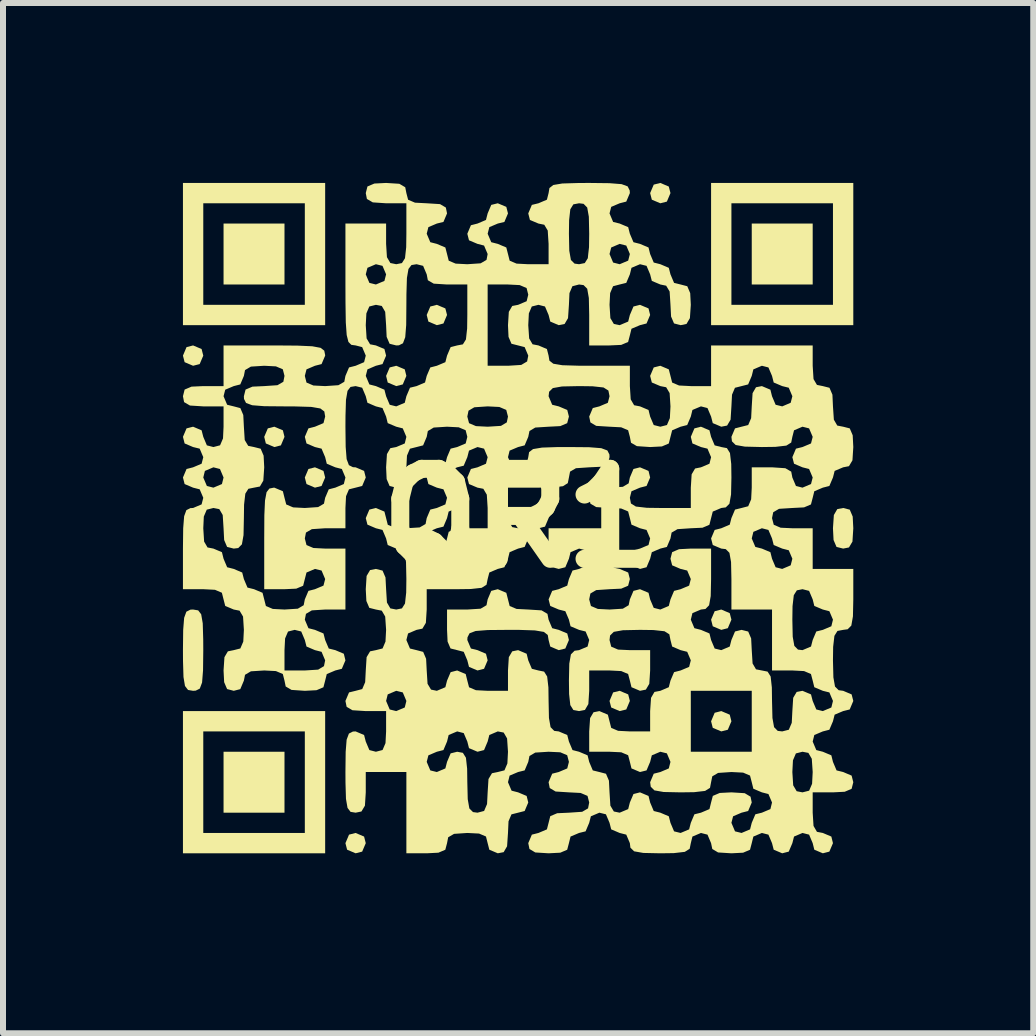
<source format=kicad_pcb>
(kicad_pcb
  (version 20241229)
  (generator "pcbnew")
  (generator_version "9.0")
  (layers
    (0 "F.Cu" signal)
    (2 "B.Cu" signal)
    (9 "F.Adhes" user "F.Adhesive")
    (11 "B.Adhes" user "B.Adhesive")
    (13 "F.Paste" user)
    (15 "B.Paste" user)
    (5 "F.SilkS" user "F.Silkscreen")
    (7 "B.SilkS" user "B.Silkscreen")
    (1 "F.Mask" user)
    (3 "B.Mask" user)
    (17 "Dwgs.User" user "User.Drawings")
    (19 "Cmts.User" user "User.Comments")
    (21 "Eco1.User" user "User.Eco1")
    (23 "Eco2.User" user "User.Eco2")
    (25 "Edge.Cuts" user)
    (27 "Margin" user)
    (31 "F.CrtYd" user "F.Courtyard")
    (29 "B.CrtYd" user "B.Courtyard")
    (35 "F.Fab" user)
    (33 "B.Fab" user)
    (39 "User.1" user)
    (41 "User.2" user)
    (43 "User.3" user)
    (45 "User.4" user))
  (footprint "QR1"
    (layer "F.Cu")
    (at 5.588 5.588)
    (property "Reference" "QR1" (at 0 0 0) (layer "F.SilkS") (effects (font (size 1.5 1.5) (thickness 0.3))))
    (attr board_only exclude_from_pos_files exclude_from_bom)
    (fp_poly (pts (xy -5.277 -2.819) (xy -5.249 -2.709) (xy -5.309 -2.568) (xy -5.419 -2.54) (xy -5.56 -2.6) (xy -5.588 -2.709) (xy -5.528 -2.851) (xy -5.419 -2.879)) (stroke (width 0) (type solid)) (fill yes) (layer "F.SilkS"))
    (fp_poly (pts (xy -3.922 -1.464) (xy -3.895 -1.355) (xy -3.955 -1.213) (xy -4.064 -1.185) (xy -4.206 -1.245) (xy -4.233 -1.355) (xy -4.173 -1.496) (xy -4.064 -1.524)) (stroke (width 0) (type solid)) (fill yes) (layer "F.SilkS"))
    (fp_poly (pts (xy -3.895 -4.403) (xy -3.895 -3.895) (xy -4.403 -3.895) (xy -4.911 -3.895) (xy -4.911 -4.403) (xy -4.911 -4.911) (xy -4.403 -4.911) (xy -3.895 -4.911)) (stroke (width 0) (type solid)) (fill yes) (layer "F.SilkS"))
    (fp_poly (pts (xy -3.895 4.403) (xy -3.895 4.911) (xy -4.403 4.911) (xy -4.911 4.911) (xy -4.911 4.403) (xy -4.911 3.895) (xy -4.403 3.895) (xy -3.895 3.895)) (stroke (width 0) (type solid)) (fill yes) (layer "F.SilkS"))
    (fp_poly (pts (xy -3.245 -0.787) (xy -3.217 -0.677) (xy -3.277 -0.536) (xy -3.387 -0.508) (xy -3.528 -0.568) (xy -3.556 -0.677) (xy -3.496 -0.819) (xy -3.387 -0.847)) (stroke (width 0) (type solid)) (fill yes) (layer "F.SilkS"))
    (fp_poly (pts (xy -2.568 5.309) (xy -2.54 5.419) (xy -2.6 5.56) (xy -2.709 5.588) (xy -2.851 5.528) (xy -2.879 5.419) (xy -2.819 5.277) (xy -2.709 5.249)) (stroke (width 0) (type solid)) (fill yes) (layer "F.SilkS"))
    (fp_poly (pts (xy -1.89 -2.48) (xy -1.863 -2.371) (xy -1.923 -2.229) (xy -2.032 -2.201) (xy -2.174 -2.261) (xy -2.201 -2.371) (xy -2.141 -2.512) (xy -2.032 -2.54)) (stroke (width 0) (type solid)) (fill yes) (layer "F.SilkS"))
    (fp_poly (pts (xy -1.213 -3.496) (xy -1.185 -3.387) (xy -1.245 -3.245) (xy -1.355 -3.217) (xy -1.496 -3.277) (xy -1.524 -3.387) (xy -1.464 -3.528) (xy -1.355 -3.556)) (stroke (width 0) (type solid)) (fill yes) (layer "F.SilkS"))
    (fp_poly (pts (xy 0.48 -0.109) (xy 0.508 0) (xy 0.448 0.142) (xy 0.339 0.169) (xy 0.197 0.109) (xy 0.169 0) (xy 0.229 -0.142) (xy 0.339 -0.169)) (stroke (width 0) (type solid)) (fill yes) (layer "F.SilkS"))
    (fp_poly (pts (xy 1.835 2.939) (xy 1.863 3.048) (xy 1.803 3.19) (xy 1.693 3.217) (xy 1.552 3.157) (xy 1.524 3.048) (xy 1.584 2.906) (xy 1.693 2.879)) (stroke (width 0) (type solid)) (fill yes) (layer "F.SilkS"))
    (fp_poly (pts (xy 2.512 -5.528) (xy 2.54 -5.419) (xy 2.48 -5.277) (xy 2.371 -5.249) (xy 2.229 -5.309) (xy 2.201 -5.419) (xy 2.261 -5.56) (xy 2.371 -5.588)) (stroke (width 0) (type solid)) (fill yes) (layer "F.SilkS"))
    (fp_poly (pts (xy 3.528 1.584) (xy 3.556 1.693) (xy 3.496 1.835) (xy 3.387 1.863) (xy 3.245 1.803) (xy 3.217 1.693) (xy 3.277 1.552) (xy 3.387 1.524)) (stroke (width 0) (type solid)) (fill yes) (layer "F.SilkS"))
    (fp_poly (pts (xy 3.528 3.277) (xy 3.556 3.387) (xy 3.496 3.528) (xy 3.387 3.556) (xy 3.245 3.496) (xy 3.217 3.387) (xy 3.277 3.245) (xy 3.387 3.217)) (stroke (width 0) (type solid)) (fill yes) (layer "F.SilkS"))
    (fp_poly (pts (xy 4.911 -4.403) (xy 4.911 -3.895) (xy 4.403 -3.895) (xy 3.895 -3.895) (xy 3.895 -4.403) (xy 3.895 -4.911) (xy 4.403 -4.911) (xy 4.911 -4.911)) (stroke (width 0) (type solid)) (fill yes) (layer "F.SilkS"))
    (fp_poly (pts (xy 5.529 -0.141) (xy 5.578 -0.026) (xy 5.588 0.169) (xy 5.574 0.391) (xy 5.516 0.489) (xy 5.419 0.508) (xy 5.308 0.48) (xy 5.259 0.365) (xy 5.249 0.169) (xy 5.264 -0.052) (xy 5.321 -0.15) (xy 5.419 -0.169)) (stroke (width 0) (type solid)) (fill yes) (layer "F.SilkS"))
    (fp_poly (pts (xy -3.217 -4.403) (xy -3.217 -3.217) (xy -4.403 -3.217) (xy -5.588 -3.217) (xy -5.588 -4.403) (xy -5.588 -5.249) (xy -5.249 -5.249) (xy -5.249 -4.403) (xy -5.249 -3.556) (xy -4.403 -3.556) (xy -3.556 -3.556) (xy -3.556 -4.403) (xy -3.556 -5.249) (xy -4.403 -5.249) (xy -5.249 -5.249) (xy -5.588 -5.249) (xy -5.588 -5.588) (xy -4.403 -5.588) (xy -3.217 -5.588)) (stroke (width 0) (type solid)) (fill yes) (layer "F.SilkS"))
    (fp_poly (pts (xy -3.217 4.403) (xy -3.217 5.588) (xy -4.403 5.588) (xy -5.588 5.588) (xy -5.588 4.403) (xy -5.588 3.556) (xy -5.249 3.556) (xy -5.249 4.403) (xy -5.249 5.249) (xy -4.403 5.249) (xy -3.556 5.249) (xy -3.556 4.403) (xy -3.556 3.556) (xy -4.403 3.556) (xy -5.249 3.556) (xy -5.588 3.556) (xy -5.588 3.217) (xy -4.403 3.217) (xy -3.217 3.217)) (stroke (width 0) (type solid)) (fill yes) (layer "F.SilkS"))
    (fp_poly (pts (xy 5.588 -4.403) (xy 5.588 -3.217) (xy 4.403 -3.217) (xy 3.217 -3.217) (xy 3.217 -4.403) (xy 3.217 -5.249) (xy 3.556 -5.249) (xy 3.556 -4.403) (xy 3.556 -3.556) (xy 4.403 -3.556) (xy 5.249 -3.556) (xy 5.249 -4.403) (xy 5.249 -5.249) (xy 4.403 -5.249) (xy 3.556 -5.249) (xy 3.217 -5.249) (xy 3.217 -5.588) (xy 4.403 -5.588) (xy 5.588 -5.588)) (stroke (width 0) (type solid)) (fill yes) (layer "F.SilkS"))
    (fp_poly (pts (xy -5.334 1.538) (xy -5.284 1.603) (xy -5.258 1.753) (xy -5.25 2.023) (xy -5.249 2.201) (xy -5.253 2.539) (xy -5.269 2.741) (xy -5.307 2.842) (xy -5.374 2.876) (xy -5.419 2.879) (xy -5.503 2.865) (xy -5.554 2.799) (xy -5.579 2.649) (xy -5.587 2.38) (xy -5.588 2.201) (xy -5.584 1.864) (xy -5.568 1.662) (xy -5.531 1.56) (xy -5.463 1.526) (xy -5.419 1.524)) (stroke (width 0) (type solid)) (fill yes) (layer "F.SilkS"))
    (fp_poly (pts (xy -0.197 1.245) (xy -0.169 1.355) (xy -0.141 1.465) (xy -0.026 1.514) (xy 0.169 1.524) (xy 0.391 1.538) (xy 0.489 1.596) (xy 0.508 1.693) (xy 0.568 1.835) (xy 0.677 1.863) (xy 0.819 1.923) (xy 0.847 2.032) (xy 0.787 2.174) (xy 0.677 2.201) (xy 0.536 2.141) (xy 0.508 2.032) (xy 0.494 1.948) (xy 0.429 1.897) (xy 0.279 1.872) (xy 0.009 1.863) (xy -0.169 1.863) (xy -0.507 1.866) (xy -0.709 1.882) (xy -0.81 1.92) (xy -0.844 1.987) (xy -0.847 2.032) (xy -0.787 2.174) (xy -0.677 2.201) (xy -0.536 2.261) (xy -0.508 2.371) (xy -0.568 2.512) (xy -0.677 2.54) (xy -0.819 2.48) (xy -0.847 2.371) (xy -0.907 2.229) (xy -1.016 2.201) (xy -1.127 2.173) (xy -1.176 2.058) (xy -1.185 1.863) (xy -1.185 1.524) (xy -0.847 1.524) (xy -0.625 1.51) (xy -0.527 1.452) (xy -0.508 1.355) (xy -0.448 1.213) (xy -0.339 1.185)) (stroke (width 0) (type solid)) (fill yes) (layer "F.SilkS"))
    (fp_poly (pts (xy 3.19 -1.464) (xy 3.217 -1.355) (xy 3.277 -1.213) (xy 3.387 -1.185) (xy 3.481 -1.167) (xy 3.532 -1.085) (xy 3.553 -0.902) (xy 3.556 -0.677) (xy 3.55 -0.394) (xy 3.523 -0.24) (xy 3.462 -0.179) (xy 3.387 -0.169) (xy 3.245 -0.109) (xy 3.217 0) (xy 3.189 0.111) (xy 3.074 0.16) (xy 2.879 0.169) (xy 2.657 0.184) (xy 2.559 0.241) (xy 2.54 0.339) (xy 2.48 0.48) (xy 2.371 0.508) (xy 2.229 0.568) (xy 2.201 0.677) (xy 2.141 0.819) (xy 2.032 0.847) (xy 1.89 0.787) (xy 1.863 0.677) (xy 1.923 0.536) (xy 2.032 0.508) (xy 2.174 0.448) (xy 2.201 0.339) (xy 2.141 0.197) (xy 2.032 0.169) (xy 1.89 0.109) (xy 1.863 0) (xy 1.834 -0.111) (xy 1.719 -0.16) (xy 1.524 -0.169) (xy 1.302 -0.184) (xy 1.205 -0.241) (xy 1.185 -0.339) (xy 1.214 -0.449) (xy 1.329 -0.498) (xy 1.524 -0.508) (xy 1.746 -0.522) (xy 1.843 -0.58) (xy 1.863 -0.677) (xy 1.923 -0.819) (xy 2.032 -0.847) (xy 2.174 -0.787) (xy 2.201 -0.677) (xy 2.141 -0.536) (xy 2.032 -0.508) (xy 1.89 -0.448) (xy 1.863 -0.339) (xy 1.881 -0.244) (xy 1.963 -0.193) (xy 2.146 -0.172) (xy 2.371 -0.169) (xy 2.879 -0.169) (xy 2.879 -0.508) (xy 2.893 -0.73) (xy 2.95 -0.827) (xy 3.048 -0.847) (xy 3.19 -0.907) (xy 3.217 -1.016) (xy 3.157 -1.158) (xy 3.048 -1.185) (xy 2.906 -1.245) (xy 2.879 -1.355) (xy 2.939 -1.496) (xy 3.048 -1.524)) (stroke (width 0) (type solid)) (fill yes) (layer "F.SilkS"))
    (fp_poly (pts (xy 1.523 -5.584) (xy 1.725 -5.568) (xy 1.826 -5.531) (xy 1.86 -5.463) (xy 1.863 -5.419) (xy 1.803 -5.277) (xy 1.693 -5.249) (xy 1.552 -5.189) (xy 1.524 -5.08) (xy 1.584 -4.938) (xy 1.693 -4.911) (xy 1.835 -4.851) (xy 1.863 -4.741) (xy 1.923 -4.6) (xy 2.032 -4.572) (xy 2.174 -4.512) (xy 2.201 -4.403) (xy 2.261 -4.261) (xy 2.371 -4.233) (xy 2.512 -4.173) (xy 2.54 -4.064) (xy 2.6 -3.922) (xy 2.709 -3.895) (xy 2.82 -3.866) (xy 2.869 -3.751) (xy 2.879 -3.556) (xy 2.864 -3.334) (xy 2.807 -3.237) (xy 2.709 -3.217) (xy 2.599 -3.246) (xy 2.55 -3.361) (xy 2.54 -3.556) (xy 2.526 -3.778) (xy 2.468 -3.875) (xy 2.371 -3.895) (xy 2.229 -3.955) (xy 2.201 -4.064) (xy 2.141 -4.206) (xy 2.032 -4.233) (xy 1.89 -4.173) (xy 1.863 -4.064) (xy 1.803 -3.922) (xy 1.693 -3.895) (xy 1.583 -3.866) (xy 1.534 -3.751) (xy 1.524 -3.556) (xy 1.538 -3.334) (xy 1.596 -3.237) (xy 1.693 -3.217) (xy 1.835 -3.277) (xy 1.863 -3.387) (xy 1.923 -3.528) (xy 2.032 -3.556) (xy 2.174 -3.496) (xy 2.201 -3.387) (xy 2.141 -3.245) (xy 2.032 -3.217) (xy 1.89 -3.157) (xy 1.863 -3.048) (xy 1.834 -2.937) (xy 1.719 -2.888) (xy 1.524 -2.879) (xy 1.185 -2.879) (xy 1.185 -3.387) (xy 1.179 -3.67) (xy 1.152 -3.824) (xy 1.091 -3.885) (xy 1.016 -3.895) (xy 0.905 -3.866) (xy 0.856 -3.751) (xy 0.847 -3.556) (xy 0.832 -3.334) (xy 0.775 -3.237) (xy 0.677 -3.217) (xy 0.536 -3.277) (xy 0.508 -3.387) (xy 0.448 -3.528) (xy 0.339 -3.556) (xy 0.228 -3.528) (xy 0.179 -3.413) (xy 0.169 -3.217) (xy 0.184 -2.996) (xy 0.241 -2.898) (xy 0.339 -2.879) (xy 0.48 -2.819) (xy 0.508 -2.709) (xy 0.522 -2.625) (xy 0.587 -2.574) (xy 0.737 -2.549) (xy 1.007 -2.541) (xy 1.185 -2.54) (xy 1.863 -2.54) (xy 1.863 -2.201) (xy 1.877 -1.98) (xy 1.934 -1.882) (xy 2.032 -1.863) (xy 2.174 -1.803) (xy 2.201 -1.693) (xy 2.261 -1.552) (xy 2.371 -1.524) (xy 2.481 -1.552) (xy 2.53 -1.667) (xy 2.54 -1.863) (xy 2.526 -2.084) (xy 2.468 -2.182) (xy 2.371 -2.201) (xy 2.229 -2.261) (xy 2.201 -2.371) (xy 2.261 -2.512) (xy 2.371 -2.54) (xy 2.512 -2.48) (xy 2.54 -2.371) (xy 2.568 -2.26) (xy 2.683 -2.211) (xy 2.879 -2.201) (xy 3.217 -2.201) (xy 3.217 -2.54) (xy 3.217 -2.879) (xy 4.064 -2.879) (xy 4.911 -2.879) (xy 4.911 -2.54) (xy 4.925 -2.318) (xy 4.982 -2.221) (xy 5.08 -2.201) (xy 5.191 -2.173) (xy 5.24 -2.058) (xy 5.249 -1.863) (xy 5.264 -1.641) (xy 5.321 -1.543) (xy 5.419 -1.524) (xy 5.529 -1.496) (xy 5.578 -1.381) (xy 5.588 -1.185) (xy 5.574 -0.964) (xy 5.516 -0.866) (xy 5.419 -0.847) (xy 5.277 -0.787) (xy 5.249 -0.677) (xy 5.189 -0.536) (xy 5.08 -0.508) (xy 4.938 -0.448) (xy 4.911 -0.339) (xy 4.882 -0.228) (xy 4.767 -0.179) (xy 4.572 -0.169) (xy 4.35 -0.155) (xy 4.253 -0.098) (xy 4.233 0) (xy 4.262 0.111) (xy 4.377 0.16) (xy 4.572 0.169) (xy 4.911 0.169) (xy 4.911 0.508) (xy 4.911 0.847) (xy 5.249 0.847) (xy 5.588 0.847) (xy 5.588 1.355) (xy 5.582 1.638) (xy 5.555 1.792) (xy 5.494 1.853) (xy 5.419 1.863) (xy 5.324 1.881) (xy 5.273 1.963) (xy 5.252 2.146) (xy 5.249 2.371) (xy 5.256 2.654) (xy 5.283 2.808) (xy 5.344 2.869) (xy 5.419 2.879) (xy 5.56 2.939) (xy 5.588 3.048) (xy 5.528 3.19) (xy 5.419 3.217) (xy 5.277 3.277) (xy 5.249 3.387) (xy 5.189 3.528) (xy 5.08 3.556) (xy 4.938 3.616) (xy 4.911 3.725) (xy 4.971 3.867) (xy 5.08 3.895) (xy 5.222 3.955) (xy 5.249 4.064) (xy 5.309 4.206) (xy 5.419 4.233) (xy 5.56 4.293) (xy 5.588 4.403) (xy 5.56 4.513) (xy 5.445 4.562) (xy 5.249 4.572) (xy 4.911 4.572) (xy 4.911 4.911) (xy 4.925 5.132) (xy 4.982 5.23) (xy 5.08 5.249) (xy 5.222 5.309) (xy 5.249 5.419) (xy 5.189 5.56) (xy 5.08 5.588) (xy 4.938 5.528) (xy 4.911 5.419) (xy 4.851 5.277) (xy 4.741 5.249) (xy 4.6 5.309) (xy 4.572 5.419) (xy 4.512 5.56) (xy 4.403 5.588) (xy 4.261 5.528) (xy 4.233 5.419) (xy 4.173 5.277) (xy 4.064 5.249) (xy 3.922 5.309) (xy 3.895 5.419) (xy 3.866 5.529) (xy 3.751 5.578) (xy 3.556 5.588) (xy 3.334 5.574) (xy 3.237 5.516) (xy 3.217 5.419) (xy 3.157 5.277) (xy 3.048 5.249) (xy 2.906 5.309) (xy 2.879 5.419) (xy 2.86 5.513) (xy 2.779 5.564) (xy 2.596 5.585) (xy 2.371 5.588) (xy 2.087 5.582) (xy 1.934 5.555) (xy 1.872 5.494) (xy 1.863 5.419) (xy 1.803 5.277) (xy 1.693 5.249) (xy 1.552 5.189) (xy 1.524 5.08) (xy 1.464 4.938) (xy 1.355 4.911) (xy 1.213 4.971) (xy 1.185 5.08) (xy 1.125 5.222) (xy 1.016 5.249) (xy 0.874 5.309) (xy 0.847 5.419) (xy 0.818 5.529) (xy 0.703 5.578) (xy 0.508 5.588) (xy 0.286 5.574) (xy 0.189 5.516) (xy 0.169 5.419) (xy 0.229 5.277) (xy 0.339 5.249) (xy 0.48 5.189) (xy 0.508 5.08) (xy 0.536 4.969) (xy 0.651 4.92) (xy 0.847 4.911) (xy 1.068 4.896) (xy 1.166 4.839) (xy 1.185 4.741) (xy 1.157 4.631) (xy 1.042 4.582) (xy 0.847 4.572) (xy 0.625 4.558) (xy 0.527 4.5) (xy 0.508 4.403) (xy 0.568 4.261) (xy 0.677 4.233) (xy 0.819 4.173) (xy 0.847 4.064) (xy 0.818 3.953) (xy 0.703 3.904) (xy 0.508 3.895) (xy 0.286 3.909) (xy 0.189 3.966) (xy 0.169 4.064) (xy 0.109 4.206) (xy 0 4.233) (xy -0.142 4.293) (xy -0.169 4.403) (xy -0.109 4.544) (xy 0 4.572) (xy 0.142 4.632) (xy 0.169 4.741) (xy 0.109 4.883) (xy 0 4.911) (xy -0.111 4.939) (xy -0.16 5.054) (xy -0.169 5.249) (xy -0.184 5.471) (xy -0.241 5.569) (xy -0.339 5.588) (xy -0.48 5.528) (xy -0.508 5.419) (xy -0.536 5.308) (xy -0.651 5.259) (xy -0.847 5.249) (xy -1.068 5.264) (xy -1.166 5.321) (xy -1.185 5.419) (xy -1.214 5.529) (xy -1.329 5.578) (xy -1.524 5.588) (xy -1.863 5.588) (xy -1.863 4.911) (xy -1.863 4.233) (xy -2.201 4.233) (xy -2.54 4.233) (xy -2.54 4.572) (xy -2.554 4.794) (xy -2.612 4.891) (xy -2.709 4.911) (xy -2.794 4.897) (xy -2.844 4.831) (xy -2.87 4.681) (xy -2.878 4.412) (xy -2.879 4.233) (xy -2.877 4.064) (xy -1.524 4.064) (xy -1.464 4.206) (xy -1.355 4.233) (xy -1.213 4.173) (xy -1.185 4.064) (xy -1.125 3.922) (xy -1.016 3.895) (xy -0.921 3.913) (xy -0.87 3.995) (xy -0.85 4.178) (xy -0.847 4.403) (xy -0.84 4.686) (xy -0.813 4.84) (xy -0.752 4.901) (xy -0.677 4.911) (xy -0.567 4.882) (xy -0.518 4.767) (xy -0.508 4.572) (xy -0.494 4.35) (xy -0.436 4.253) (xy -0.339 4.233) (xy -0.228 4.205) (xy -0.179 4.09) (xy -0.169 3.895) (xy -0.184 3.673) (xy -0.241 3.575) (xy -0.339 3.556) (xy -0.48 3.616) (xy -0.508 3.725) (xy -0.568 3.867) (xy -0.677 3.895) (xy -0.819 3.835) (xy -0.847 3.725) (xy -0.907 3.584) (xy -1.016 3.556) (xy -1.158 3.616) (xy -1.185 3.725) (xy -1.245 3.867) (xy -1.355 3.895) (xy -1.496 3.955) (xy -1.524 4.064) (xy -2.877 4.064) (xy -2.875 3.896) (xy -2.859 3.694) (xy -2.821 3.592) (xy -2.754 3.558) (xy -2.709 3.556) (xy -2.568 3.616) (xy -2.54 3.725) (xy -2.48 3.867) (xy -2.371 3.895) (xy -2.26 3.866) (xy -2.211 3.751) (xy -2.201 3.556) (xy -2.201 3.217) (xy -2.54 3.217) (xy -2.762 3.203) (xy -2.859 3.146) (xy -2.879 3.048) (xy -2.201 3.048) (xy -2.141 3.19) (xy -2.032 3.217) (xy -1.89 3.157) (xy -1.863 3.048) (xy -1.923 2.906) (xy -2.032 2.879) (xy -2.174 2.939) (xy -2.201 3.048) (xy -2.879 3.048) (xy -2.819 2.906) (xy -2.709 2.879) (xy -2.599 2.85) (xy -2.55 2.735) (xy -2.54 2.54) (xy -2.526 2.318) (xy -2.468 2.221) (xy -2.371 2.201) (xy -2.26 2.173) (xy -2.211 2.058) (xy -2.21 2.032) (xy -1.863 2.032) (xy -1.803 2.174) (xy -1.693 2.201) (xy -1.583 2.23) (xy -1.534 2.345) (xy -1.524 2.54) (xy -1.51 2.762) (xy -1.452 2.859) (xy -1.355 2.879) (xy -1.213 2.819) (xy -1.185 2.709) (xy -1.125 2.568) (xy -1.016 2.54) (xy -0.874 2.6) (xy -0.847 2.709) (xy -0.818 2.82) (xy -0.703 2.869) (xy -0.508 2.879) (xy -0.169 2.879) (xy -0.169 2.54) (xy -0.155 2.318) (xy -0.098 2.221) (xy 0 2.201) (xy 0.142 2.261) (xy 0.169 2.371) (xy 0.229 2.512) (xy 0.339 2.54) (xy 0.433 2.559) (xy 0.484 2.64) (xy 0.505 2.823) (xy 0.508 3.048) (xy 0.514 3.332) (xy 0.541 3.485) (xy 0.602 3.547) (xy 0.677 3.556) (xy 0.819 3.616) (xy 0.847 3.725) (xy 0.907 3.867) (xy 1.016 3.895) (xy 1.158 3.955) (xy 1.185 4.064) (xy 1.245 4.206) (xy 1.355 4.233) (xy 1.465 4.262) (xy 1.514 4.377) (xy 1.524 4.572) (xy 1.538 4.794) (xy 1.596 4.891) (xy 1.693 4.911) (xy 1.835 4.851) (xy 1.863 4.741) (xy 1.923 4.6) (xy 2.032 4.572) (xy 2.174 4.632) (xy 2.201 4.741) (xy 2.261 4.883) (xy 2.371 4.911) (xy 2.512 4.971) (xy 2.54 5.08) (xy 2.6 5.222) (xy 2.709 5.249) (xy 2.851 5.189) (xy 2.879 5.08) (xy 2.939 4.938) (xy 3.048 4.911) (xy 3.19 4.851) (xy 3.217 4.741) (xy 3.246 4.631) (xy 3.361 4.582) (xy 3.556 4.572) (xy 3.778 4.586) (xy 3.875 4.644) (xy 3.895 4.741) (xy 3.835 4.883) (xy 3.725 4.911) (xy 3.584 4.971) (xy 3.556 5.08) (xy 3.616 5.222) (xy 3.725 5.249) (xy 3.867 5.189) (xy 3.895 5.08) (xy 3.955 4.938) (xy 4.064 4.911) (xy 4.206 4.851) (xy 4.233 4.741) (xy 4.173 4.6) (xy 4.064 4.572) (xy 3.922 4.512) (xy 3.895 4.403) (xy 3.866 4.292) (xy 3.751 4.243) (xy 3.556 4.233) (xy 4.572 4.233) (xy 4.586 4.455) (xy 4.644 4.553) (xy 4.741 4.572) (xy 4.852 4.544) (xy 4.901 4.429) (xy 4.911 4.233) (xy 4.896 4.012) (xy 4.839 3.914) (xy 4.741 3.895) (xy 4.631 3.923) (xy 4.582 4.038) (xy 4.572 4.233) (xy 3.556 4.233) (xy 3.334 4.248) (xy 3.237 4.305) (xy 3.217 4.403) (xy 3.199 4.497) (xy 3.117 4.548) (xy 2.934 4.569) (xy 2.709 4.572) (xy 2.426 4.566) (xy 2.272 4.539) (xy 2.211 4.478) (xy 2.201 4.403) (xy 2.261 4.261) (xy 2.371 4.233) (xy 2.512 4.173) (xy 2.54 4.064) (xy 2.48 3.922) (xy 2.371 3.895) (xy 2.229 3.955) (xy 2.201 4.064) (xy 2.141 4.206) (xy 2.032 4.233) (xy 1.89 4.173) (xy 1.863 4.064) (xy 1.834 3.953) (xy 1.719 3.904) (xy 1.524 3.895) (xy 1.185 3.895) (xy 1.185 3.556) (xy 1.2 3.334) (xy 1.257 3.237) (xy 1.355 3.217) (xy 1.496 3.277) (xy 1.524 3.387) (xy 1.552 3.497) (xy 1.667 3.546) (xy 1.863 3.556) (xy 2.201 3.556) (xy 2.201 3.217) (xy 2.216 2.996) (xy 2.273 2.898) (xy 2.371 2.879) (xy 2.879 2.879) (xy 2.879 3.387) (xy 2.879 3.895) (xy 3.387 3.895) (xy 3.895 3.895) (xy 3.895 3.387) (xy 3.895 2.879) (xy 3.387 2.879) (xy 2.879 2.879) (xy 2.371 2.879) (xy 2.512 2.819) (xy 2.54 2.709) (xy 2.6 2.568) (xy 2.709 2.54) (xy 2.851 2.48) (xy 2.879 2.371) (xy 2.819 2.229) (xy 2.709 2.201) (xy 2.568 2.141) (xy 2.54 2.032) (xy 2.521 1.937) (xy 2.44 1.886) (xy 2.257 1.866) (xy 2.032 1.863) (xy 1.748 1.869) (xy 1.595 1.896) (xy 1.533 1.957) (xy 1.524 2.032) (xy 1.552 2.143) (xy 1.667 2.192) (xy 1.863 2.201) (xy 2.201 2.201) (xy 2.201 2.54) (xy 2.187 2.762) (xy 2.13 2.859) (xy 2.032 2.879) (xy 1.89 2.819) (xy 1.863 2.709) (xy 1.834 2.599) (xy 1.719 2.55) (xy 1.524 2.54) (xy 1.185 2.54) (xy 1.185 2.879) (xy 1.171 3.1) (xy 1.114 3.198) (xy 1.016 3.217) (xy 0.921 3.199) (xy 0.87 3.117) (xy 0.85 2.934) (xy 0.847 2.709) (xy 0.853 2.426) (xy 0.88 2.272) (xy 0.941 2.211) (xy 1.016 2.201) (xy 1.158 2.141) (xy 1.185 2.032) (xy 1.125 1.89) (xy 1.016 1.863) (xy 0.874 1.803) (xy 0.847 1.693) (xy 0.787 1.552) (xy 0.677 1.524) (xy 0.536 1.464) (xy 0.508 1.355) (xy 0.568 1.213) (xy 0.677 1.185) (xy 0.819 1.125) (xy 0.847 1.016) (xy 0.907 0.874) (xy 1.016 0.847) (xy 1.158 0.787) (xy 1.185 0.677) (xy 1.125 0.536) (xy 1.016 0.508) (xy 0.874 0.568) (xy 0.847 0.677) (xy 0.787 0.819) (xy 0.677 0.847) (xy 0.567 0.818) (xy 0.518 0.703) (xy 0.508 0.508) (xy 0.508 0.169) (xy 1.016 0.169) (xy 1.524 0.169) (xy 1.524 0.508) (xy 1.538 0.73) (xy 1.596 0.827) (xy 1.693 0.847) (xy 1.835 0.907) (xy 1.863 1.016) (xy 1.834 1.127) (xy 1.719 1.176) (xy 1.524 1.185) (xy 1.302 1.2) (xy 1.205 1.257) (xy 1.185 1.355) (xy 1.214 1.465) (xy 1.329 1.514) (xy 1.524 1.524) (xy 1.746 1.51) (xy 1.843 1.452) (xy 1.863 1.355) (xy 1.923 1.213) (xy 2.032 1.185) (xy 2.174 1.245) (xy 2.201 1.355) (xy 2.261 1.496) (xy 2.371 1.524) (xy 2.512 1.464) (xy 2.54 1.355) (xy 2.6 1.213) (xy 2.709 1.185) (xy 2.851 1.125) (xy 2.879 1.016) (xy 2.819 0.874) (xy 2.709 0.847) (xy 2.568 0.787) (xy 2.54 0.677) (xy 2.568 0.567) (xy 2.683 0.518) (xy 2.879 0.508) (xy 3.217 0.508) (xy 3.217 1.016) (xy 3.211 1.3) (xy 3.184 1.453) (xy 3.123 1.515) (xy 3.048 1.524) (xy 2.906 1.584) (xy 2.879 1.693) (xy 2.939 1.835) (xy 3.048 1.863) (xy 3.19 1.923) (xy 3.217 2.032) (xy 3.277 2.174) (xy 3.387 2.201) (xy 3.528 2.141) (xy 3.556 2.032) (xy 3.616 1.89) (xy 3.725 1.863) (xy 3.836 1.891) (xy 3.885 2.006) (xy 3.895 2.201) (xy 3.909 2.423) (xy 3.966 2.521) (xy 4.064 2.54) (xy 4.159 2.559) (xy 4.21 2.64) (xy 4.23 2.823) (xy 4.233 3.048) (xy 4.24 3.332) (xy 4.267 3.485) (xy 4.328 3.547) (xy 4.403 3.556) (xy 4.513 3.528) (xy 4.562 3.413) (xy 4.572 3.217) (xy 4.586 2.996) (xy 4.644 2.898) (xy 4.741 2.879) (xy 4.883 2.939) (xy 4.911 3.048) (xy 4.971 3.19) (xy 5.08 3.217) (xy 5.222 3.157) (xy 5.249 3.048) (xy 5.189 2.906) (xy 5.08 2.879) (xy 4.938 2.819) (xy 4.911 2.709) (xy 4.882 2.599) (xy 4.767 2.55) (xy 4.572 2.54) (xy 4.233 2.54) (xy 4.233 2.032) (xy 4.233 1.693) (xy 4.572 1.693) (xy 4.578 1.977) (xy 4.605 2.13) (xy 4.666 2.192) (xy 4.741 2.201) (xy 4.883 2.141) (xy 4.911 2.032) (xy 4.971 1.89) (xy 5.08 1.863) (xy 5.222 1.803) (xy 5.249 1.693) (xy 5.189 1.552) (xy 5.08 1.524) (xy 4.938 1.464) (xy 4.911 1.355) (xy 4.851 1.213) (xy 4.741 1.185) (xy 4.647 1.204) (xy 4.596 1.285) (xy 4.575 1.468) (xy 4.572 1.693) (xy 4.233 1.693) (xy 4.233 1.524) (xy 3.895 1.524) (xy 3.556 1.524) (xy 3.556 1.016) (xy 3.55 0.732) (xy 3.523 0.579) (xy 3.462 0.517) (xy 3.387 0.508) (xy 3.245 0.448) (xy 3.217 0.339) (xy 3.895 0.339) (xy 3.955 0.48) (xy 4.064 0.508) (xy 4.206 0.568) (xy 4.233 0.677) (xy 4.293 0.819) (xy 4.403 0.847) (xy 4.544 0.787) (xy 4.572 0.677) (xy 4.512 0.536) (xy 4.403 0.508) (xy 4.261 0.448) (xy 4.233 0.339) (xy 4.173 0.197) (xy 4.064 0.169) (xy 3.922 0.229) (xy 3.895 0.339) (xy 3.217 0.339) (xy 3.277 0.197) (xy 3.387 0.169) (xy 3.528 0.109) (xy 3.556 0) (xy 3.616 -0.142) (xy 3.725 -0.169) (xy 3.836 -0.198) (xy 3.885 -0.313) (xy 3.895 -0.508) (xy 3.895 -0.847) (xy 4.233 -0.847) (xy 4.455 -0.832) (xy 4.553 -0.775) (xy 4.572 -0.677) (xy 4.632 -0.536) (xy 4.741 -0.508) (xy 4.883 -0.568) (xy 4.911 -0.677) (xy 4.851 -0.819) (xy 4.741 -0.847) (xy 4.6 -0.907) (xy 4.572 -1.016) (xy 4.632 -1.158) (xy 4.741 -1.185) (xy 4.883 -1.245) (xy 4.911 -1.355) (xy 4.851 -1.496) (xy 4.741 -1.524) (xy 4.6 -1.464) (xy 4.572 -1.355) (xy 4.553 -1.26) (xy 4.472 -1.209) (xy 4.289 -1.188) (xy 4.064 -1.185) (xy 3.78 -1.192) (xy 3.627 -1.219) (xy 3.565 -1.28) (xy 3.556 -1.355) (xy 3.616 -1.496) (xy 3.725 -1.524) (xy 3.836 -1.552) (xy 3.885 -1.667) (xy 3.895 -1.863) (xy 3.909 -2.084) (xy 3.966 -2.182) (xy 4.064 -2.201) (xy 4.206 -2.141) (xy 4.233 -2.032) (xy 4.293 -1.89) (xy 4.403 -1.863) (xy 4.544 -1.923) (xy 4.572 -2.032) (xy 4.512 -2.174) (xy 4.403 -2.201) (xy 4.261 -2.261) (xy 4.233 -2.371) (xy 4.173 -2.512) (xy 4.064 -2.54) (xy 3.922 -2.48) (xy 3.895 -2.371) (xy 3.835 -2.229) (xy 3.725 -2.201) (xy 3.615 -2.173) (xy 3.566 -2.058) (xy 3.556 -1.863) (xy 3.542 -1.641) (xy 3.484 -1.543) (xy 3.387 -1.524) (xy 3.245 -1.584) (xy 3.217 -1.693) (xy 3.157 -1.835) (xy 3.048 -1.863) (xy 2.906 -1.803) (xy 2.879 -1.693) (xy 2.819 -1.552) (xy 2.709 -1.524) (xy 2.568 -1.464) (xy 2.54 -1.355) (xy 2.512 -1.244) (xy 2.397 -1.195) (xy 2.201 -1.185) (xy 1.98 -1.2) (xy 1.882 -1.257) (xy 1.863 -1.355) (xy 1.834 -1.465) (xy 1.719 -1.514) (xy 1.524 -1.524) (xy 1.302 -1.538) (xy 1.205 -1.596) (xy 1.185 -1.693) (xy 1.245 -1.835) (xy 1.355 -1.863) (xy 1.496 -1.923) (xy 1.524 -2.032) (xy 1.505 -2.127) (xy 1.424 -2.178) (xy 1.241 -2.198) (xy 1.016 -2.201) (xy 0.732 -2.195) (xy 0.579 -2.168) (xy 0.517 -2.107) (xy 0.508 -2.032) (xy 0.568 -1.89) (xy 0.677 -1.863) (xy 0.819 -1.803) (xy 0.847 -1.693) (xy 0.818 -1.583) (xy 0.703 -1.534) (xy 0.508 -1.524) (xy 0.286 -1.51) (xy 0.189 -1.452) (xy 0.169 -1.355) (xy 0.109 -1.213) (xy 0 -1.185) (xy -0.142 -1.125) (xy -0.169 -1.016) (xy -0.109 -0.874) (xy 0 -0.847) (xy 0.142 -0.907) (xy 0.169 -1.016) (xy 0.183 -1.1) (xy 0.249 -1.151) (xy 0.399 -1.176) (xy 0.668 -1.185) (xy 0.847 -1.185) (xy 1.184 -1.182) (xy 1.386 -1.166) (xy 1.488 -1.128) (xy 1.522 -1.061) (xy 1.524 -1.016) (xy 1.496 -0.905) (xy 1.381 -0.856) (xy 1.185 -0.847) (xy 0.964 -0.832) (xy 0.866 -0.775) (xy 0.847 -0.677) (xy 0.828 -0.583) (xy 0.747 -0.532) (xy 0.564 -0.511) (xy 0.339 -0.508) (xy -0.169 -0.508) (xy -0.169 -0.169) (xy -0.155 0.052) (xy -0.098 0.15) (xy 0 0.169) (xy 0.142 0.229) (xy 0.169 0.339) (xy 0.109 0.48) (xy 0 0.508) (xy -0.142 0.568) (xy -0.169 0.677) (xy -0.229 0.819) (xy -0.339 0.847) (xy -0.48 0.907) (xy -0.508 1.016) (xy -0.527 1.111) (xy -0.608 1.162) (xy -0.791 1.182) (xy -1.016 1.185) (xy -1.524 1.185) (xy -1.524 1.524) (xy -1.538 1.746) (xy -1.596 1.843) (xy -1.693 1.863) (xy -1.835 1.923) (xy -1.863 2.032) (xy -2.21 2.032) (xy -2.201 1.863) (xy -2.216 1.641) (xy -2.273 1.543) (xy -2.371 1.524) (xy -2.481 1.496) (xy -2.53 1.381) (xy -2.54 1.185) (xy -2.526 0.964) (xy -2.468 0.866) (xy -2.371 0.847) (xy -2.26 0.875) (xy -2.211 0.99) (xy -2.201 1.185) (xy -2.187 1.407) (xy -2.13 1.505) (xy -2.032 1.524) (xy -1.937 1.505) (xy -1.886 1.424) (xy -1.866 1.241) (xy -1.863 1.016) (xy -1.869 0.732) (xy -1.896 0.579) (xy -1.957 0.517) (xy -2.032 0.508) (xy -2.174 0.448) (xy -2.201 0.339) (xy -1.524 0.339) (xy -1.464 0.48) (xy -1.355 0.508) (xy -1.213 0.448) (xy -1.185 0.339) (xy -1.157 0.228) (xy -1.042 0.179) (xy -0.847 0.169) (xy -0.508 0.169) (xy -0.508 -0.169) (xy -0.522 -0.391) (xy -0.58 -0.489) (xy -0.677 -0.508) (xy -0.819 -0.568) (xy -0.847 -0.677) (xy -0.787 -0.819) (xy -0.677 -0.847) (xy -0.536 -0.907) (xy -0.508 -1.016) (xy -0.568 -1.158) (xy -0.677 -1.185) (xy -0.819 -1.125) (xy -0.847 -1.016) (xy -0.907 -0.874) (xy -1.016 -0.847) (xy -1.158 -0.787) (xy -1.185 -0.677) (xy -1.125 -0.536) (xy -1.016 -0.508) (xy -0.874 -0.448) (xy -0.847 -0.339) (xy -0.907 -0.197) (xy -1.016 -0.169) (xy -1.158 -0.109) (xy -1.185 0) (xy -1.245 0.142) (xy -1.355 0.169) (xy -1.496 0.229) (xy -1.524 0.339) (xy -2.201 0.339) (xy -2.261 0.197) (xy -2.371 0.169) (xy -2.512 0.109) (xy -2.54 0) (xy -2.48 -0.142) (xy -2.371 -0.169) (xy -2.229 -0.109) (xy -2.201 0) (xy -2.173 0.111) (xy -2.058 0.16) (xy -1.863 0.169) (xy -1.641 0.155) (xy -1.543 0.098) (xy -1.524 0) (xy -1.464 -0.142) (xy -1.355 -0.169) (xy -1.213 -0.229) (xy -1.185 -0.339) (xy -1.245 -0.48) (xy -1.355 -0.508) (xy -1.496 -0.568) (xy -1.524 -0.677) (xy -1.464 -0.819) (xy -1.355 -0.847) (xy -1.213 -0.907) (xy -1.185 -1.016) (xy -1.125 -1.158) (xy -1.016 -1.185) (xy -0.874 -1.245) (xy -0.847 -1.355) (xy -0.875 -1.465) (xy -0.99 -1.514) (xy -1.185 -1.524) (xy -1.407 -1.51) (xy -1.505 -1.452) (xy -1.524 -1.355) (xy -1.584 -1.213) (xy -1.693 -1.185) (xy -1.804 -1.157) (xy -1.853 -1.042) (xy -1.863 -0.847) (xy -1.877 -0.625) (xy -1.934 -0.527) (xy -2.032 -0.508) (xy -2.143 -0.536) (xy -2.192 -0.651) (xy -2.201 -0.847) (xy -2.187 -1.068) (xy -2.13 -1.166) (xy -2.032 -1.185) (xy -1.89 -1.245) (xy -1.863 -1.355) (xy -1.923 -1.496) (xy -2.032 -1.524) (xy -2.174 -1.584) (xy -2.201 -1.693) (xy -0.847 -1.693) (xy -0.818 -1.583) (xy -0.703 -1.534) (xy -0.508 -1.524) (xy -0.286 -1.538) (xy -0.189 -1.596) (xy -0.169 -1.693) (xy -0.198 -1.804) (xy -0.313 -1.853) (xy -0.508 -1.863) (xy -0.73 -1.848) (xy -0.827 -1.791) (xy -0.847 -1.693) (xy -2.201 -1.693) (xy -2.261 -1.835) (xy -2.371 -1.863) (xy -2.512 -1.923) (xy -2.54 -2.032) (xy -2.6 -2.174) (xy -2.709 -2.201) (xy -2.794 -2.187) (xy -2.844 -2.122) (xy -2.87 -1.972) (xy -2.878 -1.703) (xy -2.879 -1.524) (xy -2.875 -1.187) (xy -2.859 -0.984) (xy -2.821 -0.883) (xy -2.754 -0.849) (xy -2.709 -0.847) (xy -2.568 -0.787) (xy -2.54 -0.677) (xy -2.6 -0.536) (xy -2.709 -0.508) (xy -2.82 -0.48) (xy -2.869 -0.365) (xy -2.879 -0.169) (xy -2.879 0.169) (xy -3.217 0.169) (xy -3.439 0.184) (xy -3.537 0.241) (xy -3.556 0.339) (xy -3.528 0.449) (xy -3.413 0.498) (xy -3.217 0.508) (xy -2.879 0.508) (xy -2.879 1.016) (xy -2.879 1.524) (xy -3.217 1.524) (xy -3.439 1.538) (xy -3.537 1.596) (xy -3.556 1.693) (xy -3.496 1.835) (xy -3.387 1.863) (xy -3.245 1.923) (xy -3.217 2.032) (xy -3.157 2.174) (xy -3.048 2.201) (xy -2.906 2.261) (xy -2.879 2.371) (xy -2.939 2.512) (xy -3.048 2.54) (xy -3.19 2.6) (xy -3.217 2.709) (xy -3.246 2.82) (xy -3.361 2.869) (xy -3.556 2.879) (xy -3.778 2.864) (xy -3.875 2.807) (xy -3.895 2.709) (xy -3.923 2.599) (xy -4.038 2.55) (xy -4.233 2.54) (xy -3.895 2.54) (xy -3.556 2.54) (xy -3.334 2.526) (xy -3.237 2.468) (xy -3.217 2.371) (xy -3.277 2.229) (xy -3.387 2.201) (xy -3.528 2.141) (xy -3.556 2.032) (xy -3.616 1.89) (xy -3.725 1.863) (xy -3.836 1.891) (xy -3.885 2.006) (xy -3.895 2.201) (xy -3.895 2.54) (xy -4.233 2.54) (xy -4.455 2.554) (xy -4.553 2.612) (xy -4.572 2.709) (xy -4.632 2.851) (xy -4.741 2.879) (xy -4.852 2.85) (xy -4.901 2.735) (xy -4.911 2.54) (xy -4.896 2.318) (xy -4.839 2.221) (xy -4.741 2.201) (xy -4.631 2.173) (xy -4.582 2.058) (xy -4.572 1.863) (xy -4.586 1.641) (xy -4.644 1.543) (xy -4.741 1.524) (xy -4.883 1.464) (xy -4.911 1.355) (xy -4.939 1.244) (xy -5.054 1.195) (xy -5.249 1.185) (xy -5.588 1.185) (xy -5.588 0.508) (xy -5.584 0.171) (xy -5.584 0.169) (xy -5.249 0.169) (xy -5.235 0.391) (xy -5.178 0.489) (xy -5.08 0.508) (xy -4.938 0.568) (xy -4.911 0.677) (xy -4.851 0.819) (xy -4.741 0.847) (xy -4.6 0.907) (xy -4.572 1.016) (xy -4.512 1.158) (xy -4.403 1.185) (xy -4.261 1.245) (xy -4.233 1.355) (xy -4.205 1.465) (xy -4.09 1.514) (xy -3.895 1.524) (xy -3.673 1.51) (xy -3.575 1.452) (xy -3.556 1.355) (xy -3.496 1.213) (xy -3.387 1.185) (xy -3.245 1.125) (xy -3.217 1.016) (xy -3.277 0.874) (xy -3.387 0.847) (xy -3.528 0.907) (xy -3.556 1.016) (xy -3.584 1.127) (xy -3.699 1.176) (xy -3.895 1.185) (xy -4.233 1.185) (xy -4.233 0.339) (xy -4.231 -0.047) (xy -4.22 -0.293) (xy -4.194 -0.432) (xy -4.147 -0.493) (xy -4.073 -0.508) (xy -4.064 -0.508) (xy -3.922 -0.448) (xy -3.895 -0.339) (xy -3.866 -0.228) (xy -3.751 -0.179) (xy -3.556 -0.169) (xy -3.334 -0.184) (xy -3.237 -0.241) (xy -3.217 -0.339) (xy -3.157 -0.48) (xy -3.048 -0.508) (xy -2.906 -0.568) (xy -2.879 -0.677) (xy -2.939 -0.819) (xy -3.048 -0.847) (xy -3.19 -0.907) (xy -3.217 -1.016) (xy -3.277 -1.158) (xy -3.387 -1.185) (xy -3.528 -1.245) (xy -3.556 -1.355) (xy -3.496 -1.496) (xy -3.387 -1.524) (xy -3.245 -1.584) (xy -3.217 -1.693) (xy -3.231 -1.778) (xy -3.297 -1.828) (xy -3.447 -1.854) (xy -3.716 -1.862) (xy -3.895 -1.863) (xy -4.232 -1.866) (xy -4.434 -1.882) (xy -4.536 -1.92) (xy -4.57 -1.987) (xy -4.572 -2.032) (xy -4.544 -2.143) (xy -4.429 -2.192) (xy -4.233 -2.201) (xy -4.012 -2.216) (xy -3.914 -2.273) (xy -3.895 -2.371) (xy -3.923 -2.481) (xy -4.038 -2.53) (xy -4.233 -2.54) (xy -4.455 -2.526) (xy -4.553 -2.468) (xy -4.572 -2.371) (xy -4.632 -2.229) (xy -4.741 -2.201) (xy -4.883 -2.141) (xy -4.911 -2.032) (xy -4.851 -1.89) (xy -4.741 -1.863) (xy -4.631 -1.834) (xy -4.582 -1.719) (xy -4.572 -1.524) (xy -4.558 -1.302) (xy -4.5 -1.205) (xy -4.403 -1.185) (xy -4.292 -1.157) (xy -4.243 -1.042) (xy -4.233 -0.847) (xy -4.248 -0.625) (xy -4.305 -0.527) (xy -4.403 -0.508) (xy -4.497 -0.489) (xy -4.548 -0.408) (xy -4.569 -0.225) (xy -4.572 0) (xy -4.578 0.284) (xy -4.605 0.437) (xy -4.666 0.499) (xy -4.741 0.508) (xy -4.852 0.48) (xy -4.901 0.365) (xy -4.911 0.169) (xy -4.925 -0.052) (xy -4.982 -0.15) (xy -5.08 -0.169) (xy -5.191 -0.141) (xy -5.24 -0.026) (xy -5.249 0.169) (xy -5.584 0.169) (xy -5.568 -0.032) (xy -5.531 -0.133) (xy -5.463 -0.167) (xy -5.419 -0.169) (xy -5.277 -0.229) (xy -5.249 -0.339) (xy -5.309 -0.48) (xy -5.419 -0.508) (xy -5.56 -0.568) (xy -5.588 -0.677) (xy -5.249 -0.677) (xy -5.189 -0.536) (xy -5.08 -0.508) (xy -4.938 -0.568) (xy -4.911 -0.677) (xy -4.971 -0.819) (xy -5.08 -0.847) (xy -5.222 -0.787) (xy -5.249 -0.677) (xy -5.588 -0.677) (xy -5.528 -0.819) (xy -5.419 -0.847) (xy -5.277 -0.907) (xy -5.249 -1.016) (xy -5.309 -1.158) (xy -5.419 -1.185) (xy -5.56 -1.245) (xy -5.588 -1.355) (xy -5.528 -1.496) (xy -5.419 -1.524) (xy -5.277 -1.464) (xy -5.249 -1.355) (xy -5.189 -1.213) (xy -5.08 -1.185) (xy -4.969 -1.214) (xy -4.92 -1.329) (xy -4.911 -1.524) (xy -4.911 -1.863) (xy -5.249 -1.863) (xy -5.471 -1.877) (xy -5.569 -1.934) (xy -5.588 -2.032) (xy -5.56 -2.143) (xy -5.445 -2.192) (xy -5.249 -2.201) (xy -4.911 -2.201) (xy -4.911 -2.54) (xy -4.911 -2.879) (xy -4.064 -2.879) (xy -3.679 -2.876) (xy -3.432 -2.865) (xy -3.293 -2.839) (xy -3.232 -2.792) (xy -3.217 -2.718) (xy -3.217 -2.709) (xy -3.277 -2.568) (xy -3.387 -2.54) (xy -3.528 -2.48) (xy -3.556 -2.371) (xy -3.528 -2.26) (xy -3.413 -2.211) (xy -3.217 -2.201) (xy -2.996 -2.216) (xy -2.898 -2.273) (xy -2.879 -2.371) (xy -2.54 -2.371) (xy -2.48 -2.229) (xy -2.371 -2.201) (xy -2.229 -2.141) (xy -2.201 -2.032) (xy -2.141 -1.89) (xy -2.032 -1.863) (xy -1.89 -1.923) (xy -1.863 -2.032) (xy -1.803 -2.174) (xy -1.693 -2.201) (xy -1.552 -2.261) (xy -1.524 -2.371) (xy -1.464 -2.512) (xy -1.355 -2.54) (xy -1.213 -2.6) (xy -1.185 -2.709) (xy -1.125 -2.851) (xy -1.016 -2.879) (xy -0.921 -2.897) (xy -0.87 -2.979) (xy -0.85 -3.162) (xy -0.847 -3.387) (xy -0.847 -3.895) (xy -0.508 -3.895) (xy -0.508 -3.217) (xy -0.508 -2.54) (xy -0.169 -2.54) (xy 0.052 -2.554) (xy 0.15 -2.612) (xy 0.169 -2.709) (xy 0.109 -2.851) (xy 0 -2.879) (xy -0.111 -2.907) (xy -0.16 -3.022) (xy -0.169 -3.217) (xy -0.155 -3.439) (xy -0.098 -3.537) (xy 0 -3.556) (xy 0.142 -3.616) (xy 0.169 -3.725) (xy 0.141 -3.836) (xy 0.026 -3.885) (xy -0.169 -3.895) (xy -0.508 -3.895) (xy -0.847 -3.895) (xy -1.185 -3.895) (xy -1.407 -3.909) (xy -1.505 -3.966) (xy -1.524 -4.064) (xy -1.584 -4.206) (xy -1.693 -4.233) (xy -1.778 -4.219) (xy -1.828 -4.154) (xy -1.854 -4.004) (xy -1.862 -3.735) (xy -1.863 -3.556) (xy -1.866 -3.219) (xy -1.882 -3.016) (xy -1.92 -2.915) (xy -1.987 -2.881) (xy -2.032 -2.879) (xy -2.143 -2.907) (xy -2.192 -3.022) (xy -2.201 -3.217) (xy -2.216 -3.439) (xy -2.273 -3.537) (xy -2.371 -3.556) (xy -2.481 -3.528) (xy -2.53 -3.413) (xy -2.54 -3.217) (xy -2.526 -2.996) (xy -2.468 -2.898) (xy -2.371 -2.879) (xy -2.229 -2.819) (xy -2.201 -2.709) (xy -2.261 -2.568) (xy -2.371 -2.54) (xy -2.512 -2.48) (xy -2.54 -2.371) (xy -2.879 -2.371) (xy -2.819 -2.512) (xy -2.709 -2.54) (xy -2.568 -2.6) (xy -2.54 -2.709) (xy -2.6 -2.851) (xy -2.709 -2.879) (xy -2.781 -2.889) (xy -2.829 -2.937) (xy -2.858 -3.053) (xy -2.873 -3.263) (xy -2.878 -3.596) (xy -2.879 -3.895) (xy -2.879 -4.064) (xy -2.54 -4.064) (xy -2.48 -3.922) (xy -2.371 -3.895) (xy -2.229 -3.955) (xy -2.201 -4.064) (xy -2.261 -4.206) (xy -2.371 -4.233) (xy -2.512 -4.173) (xy -2.54 -4.064) (xy -2.879 -4.064) (xy -2.879 -4.911) (xy -2.54 -4.911) (xy -2.201 -4.911) (xy -2.201 -4.572) (xy -2.187 -4.35) (xy -2.13 -4.253) (xy -2.032 -4.233) (xy -1.937 -4.252) (xy -1.886 -4.333) (xy -1.866 -4.516) (xy -1.863 -4.741) (xy -1.863 -5.249) (xy -2.201 -5.249) (xy -2.423 -5.264) (xy -2.521 -5.321) (xy -2.54 -5.419) (xy -2.512 -5.529) (xy -2.397 -5.578) (xy -2.201 -5.588) (xy -1.98 -5.574) (xy -1.882 -5.516) (xy -1.863 -5.419) (xy -1.834 -5.308) (xy -1.719 -5.259) (xy -1.524 -5.249) (xy -1.302 -5.235) (xy -1.205 -5.178) (xy -1.185 -5.08) (xy -1.245 -4.938) (xy -1.355 -4.911) (xy -1.496 -4.851) (xy -1.524 -4.741) (xy -1.464 -4.6) (xy -1.355 -4.572) (xy -1.213 -4.512) (xy -1.185 -4.403) (xy -1.157 -4.292) (xy -1.042 -4.243) (xy -0.847 -4.233) (xy -0.625 -4.248) (xy -0.527 -4.305) (xy -0.508 -4.403) (xy -0.568 -4.544) (xy -0.677 -4.572) (xy -0.819 -4.632) (xy -0.847 -4.741) (xy -0.787 -4.883) (xy -0.677 -4.911) (xy -0.536 -4.971) (xy -0.508 -5.08) (xy -0.448 -5.222) (xy -0.339 -5.249) (xy -0.197 -5.189) (xy -0.169 -5.08) (xy -0.229 -4.938) (xy -0.339 -4.911) (xy -0.48 -4.851) (xy -0.508 -4.741) (xy -0.448 -4.6) (xy -0.339 -4.572) (xy -0.197 -4.512) (xy -0.169 -4.403) (xy -0.141 -4.292) (xy -0.026 -4.243) (xy 0.169 -4.233) (xy 0.508 -4.233) (xy 0.508 -4.572) (xy 0.497 -4.741) (xy 0.847 -4.741) (xy 0.853 -4.458) (xy 0.88 -4.304) (xy 0.941 -4.243) (xy 1.016 -4.233) (xy 1.111 -4.252) (xy 1.162 -4.333) (xy 1.169 -4.403) (xy 1.524 -4.403) (xy 1.584 -4.261) (xy 1.693 -4.233) (xy 1.835 -4.293) (xy 1.863 -4.403) (xy 1.803 -4.544) (xy 1.693 -4.572) (xy 1.552 -4.512) (xy 1.524 -4.403) (xy 1.169 -4.403) (xy 1.182 -4.516) (xy 1.185 -4.741) (xy 1.179 -5.025) (xy 1.152 -5.178) (xy 1.091 -5.24) (xy 1.016 -5.249) (xy 0.921 -5.231) (xy 0.87 -5.149) (xy 0.85 -4.966) (xy 0.847 -4.741) (xy 0.497 -4.741) (xy 0.494 -4.794) (xy 0.436 -4.891) (xy 0.339 -4.911) (xy 0.197 -4.971) (xy 0.169 -5.08) (xy 0.229 -5.222) (xy 0.339 -5.249) (xy 0.48 -5.309) (xy 0.508 -5.419) (xy 0.522 -5.503) (xy 0.587 -5.554) (xy 0.737 -5.579) (xy 1.007 -5.587) (xy 1.185 -5.588)) (stroke (width 0) (type solid)) (fill yes) (layer "F.SilkS")))
  (gr_rect
    (start -3 -3)
    (end 14.176 14.176)
    (stroke (width 0.1) (type default))
    (fill no)
    (layer "Edge.Cuts")))
</source>
